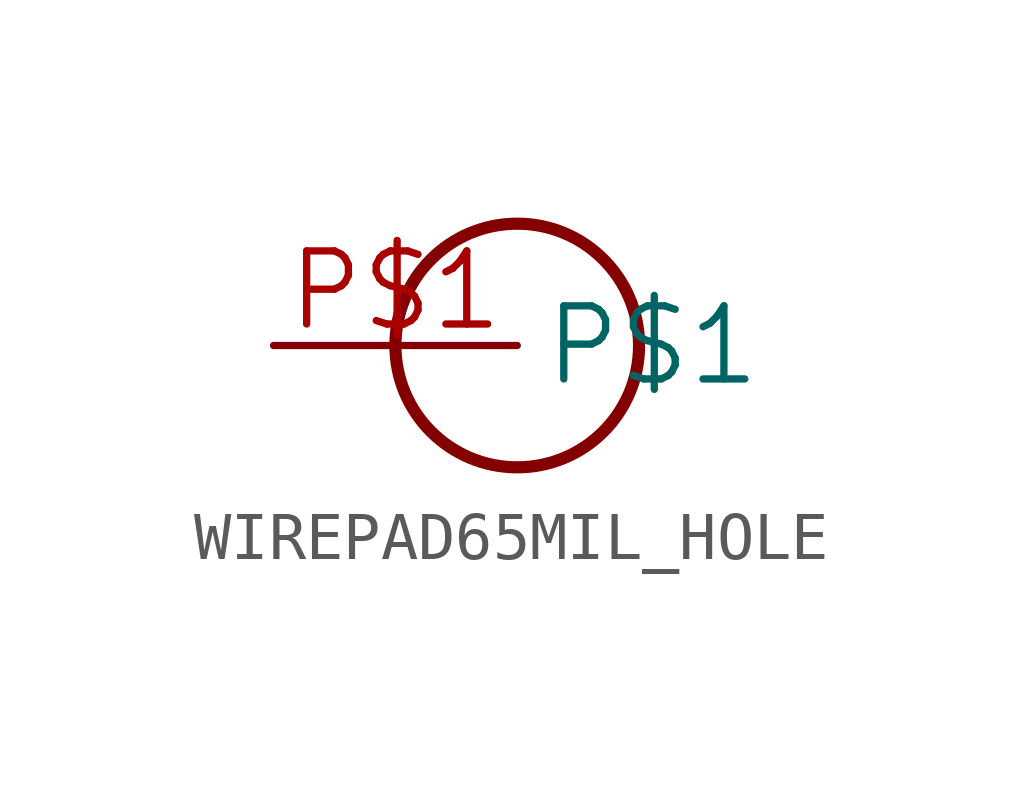
<source format=kicad_sym>
(kicad_symbol_lib
  (version 20241209)
  (generator "kicad_symbol_editor")
  (generator_version "9.0")
  (symbol "WIREPAD65MIL_HOLE"
    (property "Reference" ""
      (at 0 0 0)
      (effects (font (size 1.27 1.27)) (hide yes)))
    (property "ki_locked" ""
      (at 0 0 0)
      (effects (font (size 1.27 1.27))))
    (symbol "WIREPAD65MIL_HOLE_1_0"
      (circle (center 5.08 0) (radius 2.54) (stroke (width 0.254) (type solid)) (fill (type none)))
      (pin bidirectional line (at 0 0 0) (length 5.08) (name "P$1" (effects (font (size 1.524 1.524)))) (number "P$1" (effects (font (size 1.524 1.524))))))))
</source>
